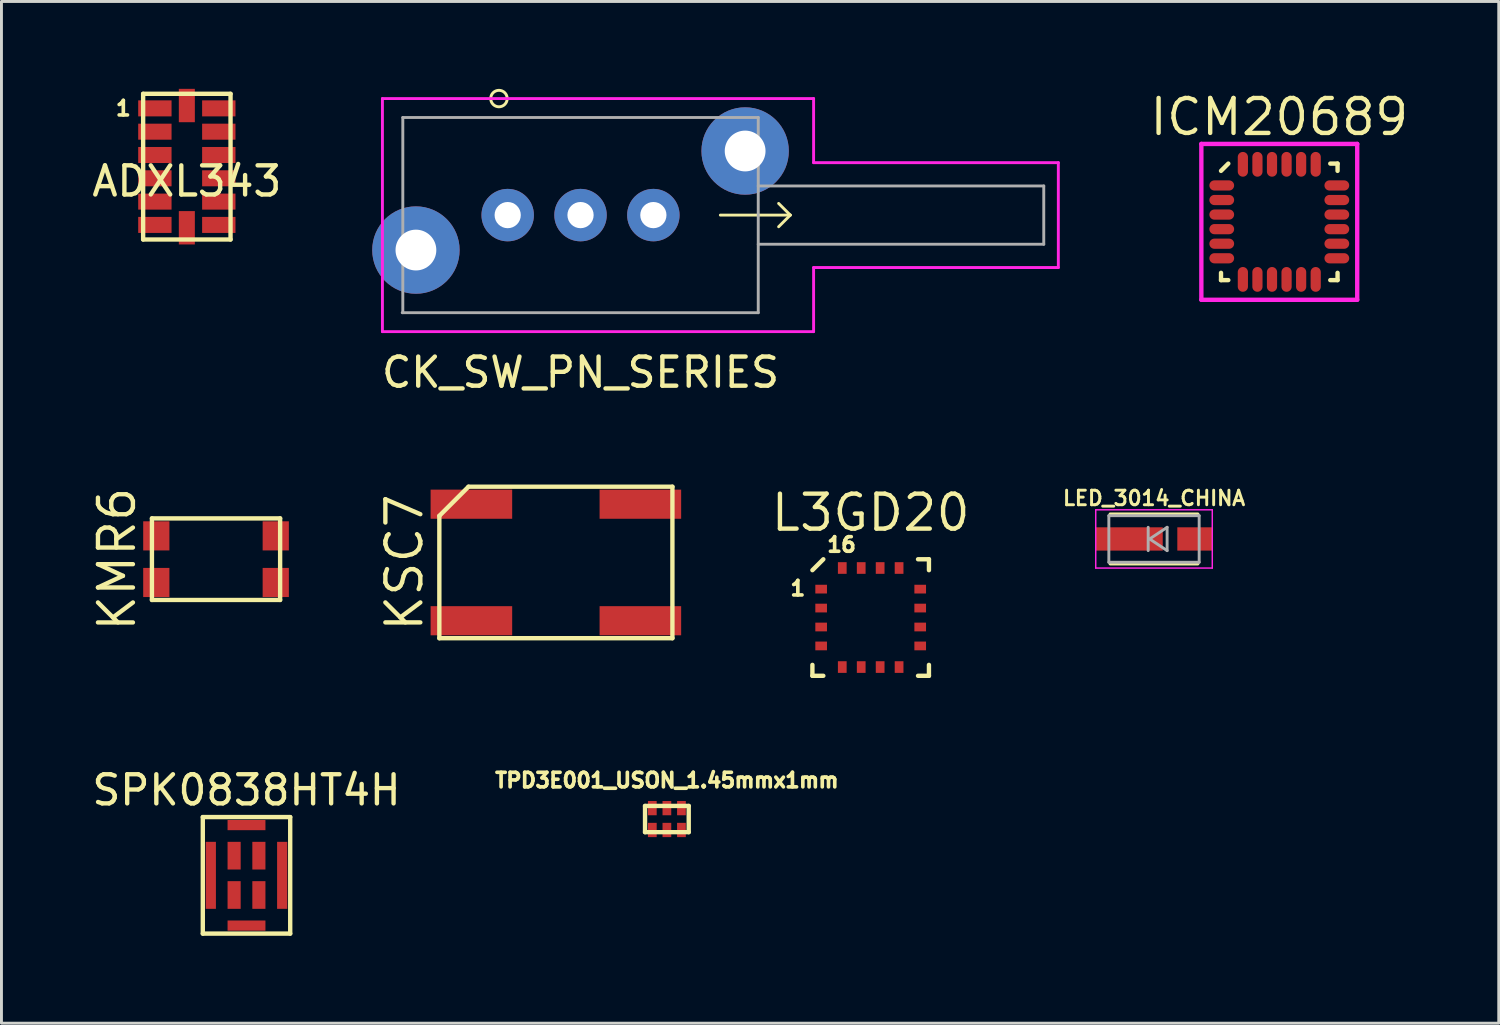
<source format=kicad_pcb>
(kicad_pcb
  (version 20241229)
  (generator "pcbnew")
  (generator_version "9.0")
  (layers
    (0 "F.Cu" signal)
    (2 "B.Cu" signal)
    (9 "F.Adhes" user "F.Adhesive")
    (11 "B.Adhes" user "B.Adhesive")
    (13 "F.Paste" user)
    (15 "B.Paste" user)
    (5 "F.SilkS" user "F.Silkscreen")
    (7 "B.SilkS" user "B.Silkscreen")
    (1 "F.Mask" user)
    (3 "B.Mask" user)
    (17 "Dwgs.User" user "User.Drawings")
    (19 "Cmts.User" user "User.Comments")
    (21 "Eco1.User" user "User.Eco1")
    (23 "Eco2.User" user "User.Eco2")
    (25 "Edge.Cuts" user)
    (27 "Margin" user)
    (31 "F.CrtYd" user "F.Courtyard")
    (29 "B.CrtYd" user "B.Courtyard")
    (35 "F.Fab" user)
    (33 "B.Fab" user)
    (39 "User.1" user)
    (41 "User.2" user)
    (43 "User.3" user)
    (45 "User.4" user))
  (footprint "KMR6"
    (layer "F.Cu")
    (at 4.365 16.143)
    (property "Reference" "KMR6" (at -3.4 0 90) (layer "F.SilkS") (effects (font (size 1.2 1.2) (thickness 0.15))))
    (attr through_hole)
    (fp_line (start -2.2 -1.4) (end -2.2 1.4) (stroke (width 0.15) (type solid)) (layer "F.SilkS"))
    (fp_line (start -2.2 1.4) (end 2.2 1.4) (stroke (width 0.15) (type solid)) (layer "F.SilkS"))
    (fp_line (start 2.2 -1.4) (end -2.2 -1.4) (stroke (width 0.15) (type solid)) (layer "F.SilkS"))
    (fp_line (start 2.2 1.4) (end 2.2 -1.4) (stroke (width 0.15) (type solid)) (layer "F.SilkS"))
    (pad "1" smd rect (at -2.05 0.8) (size 0.9 1) (layers "F.Cu" "F.Mask" "F.Paste"))
    (pad "2" smd rect (at 2.05 0.8) (size 0.9 1) (layers "F.Cu" "F.Mask" "F.Paste"))
    (pad "3" smd rect (at 2.05 -0.8) (size 0.9 1) (layers "F.Cu" "F.Mask" "F.Paste"))
    (pad "4" smd rect (at -2.05 -0.8) (size 0.9 1) (layers "F.Cu" "F.Mask" "F.Paste")))
  (footprint "LED_3014_CHINA"
    (layer "F.Cu")
    (at 36.56 15.449)
    (property "Reference" "LED_3014_CHINA" (at 0 -1.4 0) (layer "F.SilkS") (effects (font (size 0.5 0.5) (thickness 0.1))))
    (attr smd)
    (fp_line (start -1.5 -0.85) (end 1.5 -0.85) (stroke (width 0.12) (type solid)) (layer "F.SilkS"))
    (fp_line (start -1.5 0.85) (end 1.5 0.85) (stroke (width 0.12) (type solid)) (layer "F.SilkS"))
    (fp_line (start -2 -1) (end 2 -1) (stroke (width 0.05) (type solid)) (layer "F.CrtYd"))
    (fp_line (start -2 1) (end -2 -1) (stroke (width 0.05) (type solid)) (layer "F.CrtYd"))
    (fp_line (start 2 -1) (end 2 1) (stroke (width 0.05) (type solid)) (layer "F.CrtYd"))
    (fp_line (start 2 1) (end -2 1) (stroke (width 0.05) (type solid)) (layer "F.CrtYd"))
    (fp_line (start -1.55 -0.8) (end 1.55 -0.8) (stroke (width 0.1) (type solid)) (layer "F.Fab"))
    (fp_line (start -1.55 0.8) (end -1.55 -0.8) (stroke (width 0.1) (type solid)) (layer "F.Fab"))
    (fp_line (start -0.2 -0.4) (end -0.2 0.4) (stroke (width 0.1) (type solid)) (layer "F.Fab"))
    (fp_line (start -0.15 0) (end 0.45 -0.4) (stroke (width 0.1) (type solid)) (layer "F.Fab"))
    (fp_line (start 0.45 -0.4) (end 0.45 0.4) (stroke (width 0.1) (type solid)) (layer "F.Fab"))
    (fp_line (start 0.45 0.4) (end -0.15 0) (stroke (width 0.1) (type solid)) (layer "F.Fab"))
    (fp_line (start 1.55 -0.8) (end 1.55 0.8) (stroke (width 0.1) (type solid)) (layer "F.Fab"))
    (fp_line (start 1.55 0.8) (end -1.55 0.8) (stroke (width 0.1) (type solid)) (layer "F.Fab"))
    (pad "1" smd rect (at -0.85 0 180) (size 2.3 0.8) (layers "F.Cu" "F.Mask" "F.Paste"))
    (pad "2" smd rect (at 1.4 0 180) (size 1.2 0.8) (layers "F.Cu" "F.Mask" "F.Paste")))
  (footprint "ICM20689"
    (layer "F.Cu")
    (at 40.86 4.565)
    (property "Reference" "ICM20689" (at 0 -3.6 0) (layer "F.SilkS") (effects (font (size 1.2 1.2) (thickness 0.15))))
    (attr through_hole)
    (fp_line (start -2 -1.75) (end -1.75 -2) (stroke (width 0.15) (type solid)) (layer "F.SilkS"))
    (fp_line (start -2 2) (end -2 1.75) (stroke (width 0.15) (type solid)) (layer "F.SilkS"))
    (fp_line (start -1.75 2) (end -2 2) (stroke (width 0.15) (type solid)) (layer "F.SilkS"))
    (fp_line (start 1.75 -2) (end 2 -2) (stroke (width 0.15) (type solid)) (layer "F.SilkS"))
    (fp_line (start 1.75 2) (end 2 2) (stroke (width 0.15) (type solid)) (layer "F.SilkS"))
    (fp_line (start 2 -2) (end 2 -1.75) (stroke (width 0.15) (type solid)) (layer "F.SilkS"))
    (fp_line (start 2 2) (end 2 1.75) (stroke (width 0.15) (type solid)) (layer "F.SilkS"))
    (fp_line (start -2.675 -2.675) (end 2.675 -2.675) (stroke (width 0.15) (type solid)) (layer "F.CrtYd"))
    (fp_line (start -2.675 2.675) (end -2.675 -2.675) (stroke (width 0.15) (type solid)) (layer "F.CrtYd"))
    (fp_line (start 2.675 -2.675) (end 2.675 2.675) (stroke (width 0.15) (type solid)) (layer "F.CrtYd"))
    (fp_line (start 2.675 2.675) (end -2.675 2.675) (stroke (width 0.15) (type solid)) (layer "F.CrtYd"))
    (pad "1" smd oval (at -1.975 -1.25 90) (size 0.35 0.85) (layers "F.Cu" "F.Mask" "F.Paste"))
    (pad "2" smd oval (at -1.975 -0.75 90) (size 0.35 0.85) (layers "F.Cu" "F.Mask" "F.Paste"))
    (pad "3" smd oval (at -1.975 -0.25 90) (size 0.35 0.85) (layers "F.Cu" "F.Mask" "F.Paste"))
    (pad "4" smd oval (at -1.975 0.25 90) (size 0.35 0.85) (layers "F.Cu" "F.Mask" "F.Paste"))
    (pad "5" smd oval (at -1.975 0.75 90) (size 0.35 0.85) (layers "F.Cu" "F.Mask" "F.Paste"))
    (pad "6" smd oval (at -1.975 1.25 90) (size 0.35 0.85) (layers "F.Cu" "F.Mask" "F.Paste"))
    (pad "7" smd oval (at -1.25 1.975) (size 0.35 0.85) (layers "F.Cu" "F.Mask" "F.Paste"))
    (pad "8" smd oval (at -0.75 1.975) (size 0.35 0.85) (layers "F.Cu" "F.Mask" "F.Paste"))
    (pad "9" smd oval (at -0.25 1.975) (size 0.35 0.85) (layers "F.Cu" "F.Mask" "F.Paste"))
    (pad "10" smd oval (at 0.25 1.975) (size 0.35 0.85) (layers "F.Cu" "F.Mask" "F.Paste"))
    (pad "11" smd oval (at 0.75 1.975) (size 0.35 0.85) (layers "F.Cu" "F.Mask" "F.Paste"))
    (pad "12" smd oval (at 1.25 1.975) (size 0.35 0.85) (layers "F.Cu" "F.Mask" "F.Paste"))
    (pad "13" smd oval (at 1.975 1.25 90) (size 0.35 0.85) (layers "F.Cu" "F.Mask" "F.Paste"))
    (pad "14" smd oval (at 1.975 0.75 90) (size 0.35 0.85) (layers "F.Cu" "F.Mask" "F.Paste"))
    (pad "15" smd oval (at 1.975 0.25 90) (size 0.35 0.85) (layers "F.Cu" "F.Mask" "F.Paste"))
    (pad "16" smd oval (at 1.975 -0.25 90) (size 0.35 0.85) (layers "F.Cu" "F.Mask" "F.Paste"))
    (pad "17" smd oval (at 1.975 -0.75 90) (size 0.35 0.85) (layers "F.Cu" "F.Mask" "F.Paste"))
    (pad "18" smd oval (at 1.975 -1.25 90) (size 0.35 0.85) (layers "F.Cu" "F.Mask" "F.Paste"))
    (pad "19" smd oval (at 1.25 -1.975) (size 0.35 0.85) (layers "F.Cu" "F.Mask" "F.Paste"))
    (pad "20" smd oval (at 0.75 -1.975) (size 0.35 0.85) (layers "F.Cu" "F.Mask" "F.Paste"))
    (pad "21" smd oval (at 0.25 -1.975) (size 0.35 0.85) (layers "F.Cu" "F.Mask" "F.Paste"))
    (pad "22" smd oval (at -0.25 -1.975) (size 0.35 0.85) (layers "F.Cu" "F.Mask" "F.Paste"))
    (pad "23" smd oval (at -0.75 -1.975) (size 0.35 0.85) (layers "F.Cu" "F.Mask" "F.Paste"))
    (pad "24" smd oval (at -1.25 -1.975) (size 0.35 0.85) (layers "F.Cu" "F.Mask" "F.Paste")))
  (footprint "KSC7"
    (layer "F.Cu")
    (at 16.03 16.256)
    (property "Reference" "KSC7" (at -5.2 0 90) (layer "F.SilkS") (effects (font (size 1.2 1.2) (thickness 0.15))))
    (attr through_hole)
    (fp_line (start -4 -1.6) (end -4 2.6) (stroke (width 0.15) (type solid)) (layer "F.SilkS"))
    (fp_line (start -4 2.6) (end 4 2.6) (stroke (width 0.15) (type solid)) (layer "F.SilkS"))
    (fp_line (start -3 -2.6) (end -4 -1.6) (stroke (width 0.15) (type solid)) (layer "F.SilkS"))
    (fp_line (start 4 -2.6) (end -3 -2.6) (stroke (width 0.15) (type solid)) (layer "F.SilkS"))
    (fp_line (start 4 2.6) (end 4 -2.6) (stroke (width 0.15) (type solid)) (layer "F.SilkS"))
    (pad "1" smd rect (at -2.9 2) (size 2.8 1) (layers "F.Cu" "F.Mask" "F.Paste"))
    (pad "2" smd rect (at 2.9 2) (size 2.8 1) (layers "F.Cu" "F.Mask" "F.Paste"))
    (pad "3" smd rect (at 2.9 -2) (size 2.8 1) (layers "F.Cu" "F.Mask" "F.Paste"))
    (pad "4" smd rect (at -2.9 -2) (size 2.8 1) (layers "F.Cu" "F.Mask" "F.Paste")))
  (footprint "SPK0838HT4H"
    (layer "F.Cu")
    (at 5.411 26.995)
    (property "Reference" "SPK0838HT4H" (at 0 -2.925 0) (layer "F.SilkS") (effects (font (size 1 1) (thickness 0.15))))
    (attr through_hole)
    (fp_line (start -1.5 -2) (end 1.5 -2) (stroke (width 0.15) (type solid)) (layer "F.SilkS"))
    (fp_line (start -1.5 2) (end -1.5 -2) (stroke (width 0.15) (type solid)) (layer "F.SilkS"))
    (fp_line (start 1.5 -2) (end 1.5 2) (stroke (width 0.15) (type solid)) (layer "F.SilkS"))
    (fp_line (start 1.5 2) (end -1.5 2) (stroke (width 0.15) (type solid)) (layer "F.SilkS"))
    (pad "1" smd rect (at 0.425 0.675) (size 0.45 0.95) (layers "F.Cu" "F.Mask" "F.Paste"))
    (pad "2" smd rect (at 0.425 -0.675) (size 0.45 0.95) (layers "F.Cu" "F.Mask" "F.Paste"))
    (pad "3" smd rect (at -0.425 -0.675) (size 0.45 0.95) (layers "F.Cu" "F.Mask" "F.Paste"))
    (pad "4" smd rect (at -0.425 0.675) (size 0.45 0.95) (layers "F.Cu" "F.Mask" "F.Paste"))
    (pad "5" smd rect (at 0 1.725) (size 1.3 0.35) (layers "F.Cu" "F.Mask" "F.Paste"))
    (pad "6" smd rect (at 1.225 0) (size 0.35 2.3) (layers "F.Cu" "F.Mask" "F.Paste"))
    (pad "7" smd rect (at 0 -1.725) (size 1.3 0.35) (layers "F.Cu" "F.Mask" "F.Paste"))
    (pad "8" smd rect (at -1.225 0) (size 0.35 2.3) (layers "F.Cu" "F.Mask" "F.Paste")))
  (footprint "TPD3E001_USON_1.45mmx1mm"
    (layer "F.Cu")
    (at 19.84 25.063)
    (property "Reference" "TPD3E001_USON_1.45mmx1mm" (at 0 -1.33 0) (layer "F.SilkS") (effects (font (size 0.5 0.5) (thickness 0.125))))
    (attr through_hole)
    (fp_line (start -0.75 -0.45) (end -0.75 0.45) (stroke (width 0.15) (type solid)) (layer "F.SilkS"))
    (fp_line (start -0.75 -0.45) (end 0.75 -0.45) (stroke (width 0.15) (type solid)) (layer "F.SilkS"))
    (fp_line (start -0.75 0.45) (end 0.75 0.45) (stroke (width 0.15) (type solid)) (layer "F.SilkS"))
    (fp_line (start 0.75 -0.45) (end 0.75 0.45) (stroke (width 0.15) (type solid)) (layer "F.SilkS"))
    (pad "1" smd rect (at -0.5 0.375) (size 0.3 0.49) (layers "F.Cu" "F.Mask" "F.Paste"))
    (pad "2" smd rect (at 0 0.375) (size 0.3 0.49) (layers "F.Cu" "F.Mask" "F.Paste"))
    (pad "3" smd rect (at 0.5 0.375) (size 0.3 0.49) (layers "F.Cu" "F.Mask" "F.Paste"))
    (pad "4" smd rect (at 0.5 -0.375) (size 0.3 0.49) (layers "F.Cu" "F.Mask" "F.Paste"))
    (pad "5" smd rect (at 0 -0.375) (size 0.3 0.49) (layers "F.Cu" "F.Mask" "F.Paste"))
    (pad "6" smd rect (at -0.5 -0.375) (size 0.3 0.49) (layers "F.Cu" "F.Mask" "F.Paste")))
  (footprint "ADXL343"
    (layer "F.Cu")
    (at 3.363 2.67)
    (property "Reference" "ADXL343" (at 0 0.5 0) (layer "F.SilkS") (effects (font (size 1 1) (thickness 0.15))))
    (attr through_hole)
    (fp_line (start -1.5 -2.5) (end -1.5 2.5) (stroke (width 0.15) (type solid)) (layer "F.SilkS"))
    (fp_line (start -1.5 -2.5) (end 1.5 -2.5) (stroke (width 0.15) (type solid)) (layer "F.SilkS"))
    (fp_line (start -1.5 2.5) (end 1.5 2.5) (stroke (width 0.15) (type solid)) (layer "F.SilkS"))
    (fp_line (start 1.5 2.5) (end 1.5 -2.5) (stroke (width 0.15) (type solid)) (layer "F.SilkS"))
    (fp_text user "1" (at -2.18 -2 0) (layer "F.SilkS") (effects (font (size 0.5 0.5) (thickness 0.125))))
    (pad "1" smd rect (at -1.097 -2) (size 1.145 0.55) (layers "F.Cu" "F.Mask" "F.Paste"))
    (pad "2" smd rect (at -1.097 -1.2) (size 1.145 0.55) (layers "F.Cu" "F.Mask" "F.Paste"))
    (pad "3" smd rect (at -1.097 -0.4) (size 1.145 0.55) (layers "F.Cu" "F.Mask" "F.Paste"))
    (pad "4" smd rect (at -1.097 0.4) (size 1.145 0.55) (layers "F.Cu" "F.Mask" "F.Paste"))
    (pad "5" smd rect (at -1.097 1.2) (size 1.145 0.55) (layers "F.Cu" "F.Mask" "F.Paste"))
    (pad "6" smd rect (at -1.097 2) (size 1.145 0.55) (layers "F.Cu" "F.Mask" "F.Paste"))
    (pad "7" smd rect (at 0 2.098) (size 0.55 1.145) (layers "F.Cu" "F.Mask" "F.Paste"))
    (pad "8" smd rect (at 1.097 2) (size 1.145 0.55) (layers "F.Cu" "F.Mask" "F.Paste"))
    (pad "9" smd rect (at 1.097 1.2) (size 1.145 0.55) (layers "F.Cu" "F.Mask" "F.Paste"))
    (pad "10" smd rect (at 1.097 0.4) (size 1.145 0.55) (layers "F.Cu" "F.Mask" "F.Paste"))
    (pad "11" smd rect (at 1.097 -0.4) (size 1.145 0.55) (layers "F.Cu" "F.Mask" "F.Paste"))
    (pad "12" smd rect (at 1.097 -1.2) (size 1.145 0.55) (layers "F.Cu" "F.Mask" "F.Paste"))
    (pad "13" smd rect (at 1.097 -2) (size 1.145 0.55) (layers "F.Cu" "F.Mask" "F.Paste"))
    (pad "14" smd rect (at 0 -2.098) (size 0.55 1.145) (layers "F.Cu" "F.Mask" "F.Paste")))
  (footprint "L3GD20"
    (layer "F.Cu")
    (at 26.835 18.146)
    (property "Reference" "L3GD20" (at 0 -3.6 0) (layer "F.SilkS") (effects (font (size 1.2 1.2) (thickness 0.15))))
    (attr through_hole)
    (fp_line (start -2 -1.625) (end -1.625 -2) (stroke (width 0.15) (type solid)) (layer "F.SilkS"))
    (fp_line (start -2 2) (end -2 1.625) (stroke (width 0.15) (type solid)) (layer "F.SilkS"))
    (fp_line (start -1.625 2) (end -2 2) (stroke (width 0.15) (type solid)) (layer "F.SilkS"))
    (fp_line (start 1.625 -2) (end 2 -2) (stroke (width 0.15) (type solid)) (layer "F.SilkS"))
    (fp_line (start 1.625 2) (end 2 2) (stroke (width 0.15) (type solid)) (layer "F.SilkS"))
    (fp_line (start 2 -2) (end 2 -1.625) (stroke (width 0.15) (type solid)) (layer "F.SilkS"))
    (fp_line (start 2 2) (end 2 1.625) (stroke (width 0.15) (type solid)) (layer "F.SilkS"))
    (fp_text user "1" (at -2.5 -1 0) (layer "F.SilkS") (effects (font (size 0.5 0.5) (thickness 0.125))))
    (fp_text user "16" (at -1 -2.5 0) (layer "F.SilkS") (effects (font (size 0.5 0.5) (thickness 0.125))))
    (pad "1" smd rect (at -1.7 -0.975 90) (size 0.3 0.4) (layers "F.Cu" "F.Mask" "F.Paste"))
    (pad "2" smd rect (at -1.7 -0.325 90) (size 0.3 0.4) (layers "F.Cu" "F.Mask" "F.Paste"))
    (pad "3" smd rect (at -1.7 0.325 90) (size 0.3 0.4) (layers "F.Cu" "F.Mask" "F.Paste"))
    (pad "4" smd rect (at -1.7 0.975 90) (size 0.3 0.4) (layers "F.Cu" "F.Mask" "F.Paste"))
    (pad "5" smd rect (at -0.975 1.7) (size 0.3 0.4) (layers "F.Cu" "F.Mask" "F.Paste"))
    (pad "6" smd rect (at -0.325 1.7) (size 0.3 0.4) (layers "F.Cu" "F.Mask" "F.Paste"))
    (pad "7" smd rect (at 0.325 1.7) (size 0.3 0.4) (layers "F.Cu" "F.Mask" "F.Paste"))
    (pad "8" smd rect (at 0.975 1.7) (size 0.3 0.4) (layers "F.Cu" "F.Mask" "F.Paste"))
    (pad "9" smd rect (at 1.7 0.975 90) (size 0.3 0.4) (layers "F.Cu" "F.Mask" "F.Paste"))
    (pad "10" smd rect (at 1.7 0.325 90) (size 0.3 0.4) (layers "F.Cu" "F.Mask" "F.Paste"))
    (pad "11" smd rect (at 1.7 -0.325 90) (size 0.3 0.4) (layers "F.Cu" "F.Mask" "F.Paste"))
    (pad "12" smd rect (at 1.7 -0.975 90) (size 0.3 0.4) (layers "F.Cu" "F.Mask" "F.Paste"))
    (pad "13" smd rect (at 0.975 -1.7) (size 0.3 0.4) (layers "F.Cu" "F.Mask" "F.Paste"))
    (pad "14" smd rect (at 0.325 -1.7) (size 0.3 0.4) (layers "F.Cu" "F.Mask" "F.Paste"))
    (pad "15" smd rect (at -0.325 -1.7) (size 0.3 0.4) (layers "F.Cu" "F.Mask" "F.Paste"))
    (pad "16" smd rect (at -0.975 -1.7) (size 0.3 0.4) (layers "F.Cu" "F.Mask" "F.Paste")))
  (footprint "CK_SW_PN_SERIES"
    (layer "F.Cu")
    (at 16.876 4.333)
    (property "Reference" "CK_SW_PN_SERIES" (at 0 5.4 0) (layer "F.SilkS") (effects (font (size 1 1) (thickness 0.15))))
    (attr through_hole)
    (fp_line (start 4.8 0) (end 7.2 0) (stroke (width 0.1) (type solid)) (layer "F.SilkS"))
    (fp_line (start 7.2 0) (end 6.8 -0.4) (stroke (width 0.1) (type solid)) (layer "F.SilkS"))
    (fp_line (start 7.2 0) (end 6.8 0.4) (stroke (width 0.1) (type solid)) (layer "F.SilkS"))
    (fp_circle (center -2.8 -4) (end -2.6 -3.8) (stroke (width 0.1) (type solid)) (fill no) (layer "F.SilkS"))
    (fp_line (start -6.8 -4) (end -6.8 4) (stroke (width 0.1) (type solid)) (layer "F.CrtYd"))
    (fp_line (start -6.8 4) (end 8 4) (stroke (width 0.1) (type solid)) (layer "F.CrtYd"))
    (fp_line (start 8 -4) (end -6.8 -4) (stroke (width 0.1) (type solid)) (layer "F.CrtYd"))
    (fp_line (start 8 -1.8) (end 8 -4) (stroke (width 0.1) (type solid)) (layer "F.CrtYd"))
    (fp_line (start 8 1.8) (end 16.4 1.8) (stroke (width 0.1) (type solid)) (layer "F.CrtYd"))
    (fp_line (start 8 4) (end 8 1.8) (stroke (width 0.1) (type solid)) (layer "F.CrtYd"))
    (fp_line (start 16.4 -1.8) (end 8 -1.8) (stroke (width 0.1) (type solid)) (layer "F.CrtYd"))
    (fp_line (start 16.4 1.8) (end 16.4 -1.8) (stroke (width 0.1) (type solid)) (layer "F.CrtYd"))
    (fp_line (start -6.1 -3.35) (end -6.1 3.35) (stroke (width 0.1) (type solid)) (layer "F.Fab"))
    (fp_line (start -6.1 -3.35) (end 6.1 -3.35) (stroke (width 0.1) (type solid)) (layer "F.Fab"))
    (fp_line (start 6.1 -3.35) (end 6.1 3.35) (stroke (width 0.1) (type solid)) (layer "F.Fab"))
    (fp_line (start 6.1 -1) (end 15.9 -1) (stroke (width 0.1) (type solid)) (layer "F.Fab"))
    (fp_line (start 6.1 1) (end 15.9 1) (stroke (width 0.1) (type solid)) (layer "F.Fab"))
    (fp_line (start 6.1 3.35) (end -6.12 3.35) (stroke (width 0.1) (type solid)) (layer "F.Fab"))
    (fp_line (start 15.9 -1) (end 15.9 1) (stroke (width 0.1) (type solid)) (layer "F.Fab"))
    (pad "" thru_hole circle (at -5.65 1.2) (size 3 3) (drill 1.4) (layers "*.Cu" "*.Mask"))
    (pad "" thru_hole circle (at 5.65 -2.2) (size 3 3) (drill 1.4) (layers "*.Cu" "*.Mask"))
    (pad "1" thru_hole circle (at -2.5 0) (size 1.8 1.8) (drill 0.9) (layers "*.Cu" "*.Mask"))
    (pad "2" thru_hole circle (at 0 0) (size 1.8 1.8) (drill 0.9) (layers "*.Cu" "*.Mask"))
    (pad "3" thru_hole circle (at 2.5 0) (size 1.8 1.8) (drill 0.9) (layers "*.Cu" "*.Mask")))
  (gr_rect
    (start -3 -3)
    (end 48.393 32.07)
    (stroke (width 0.1) (type default))
    (fill no)
    (layer "Edge.Cuts")))
</source>
